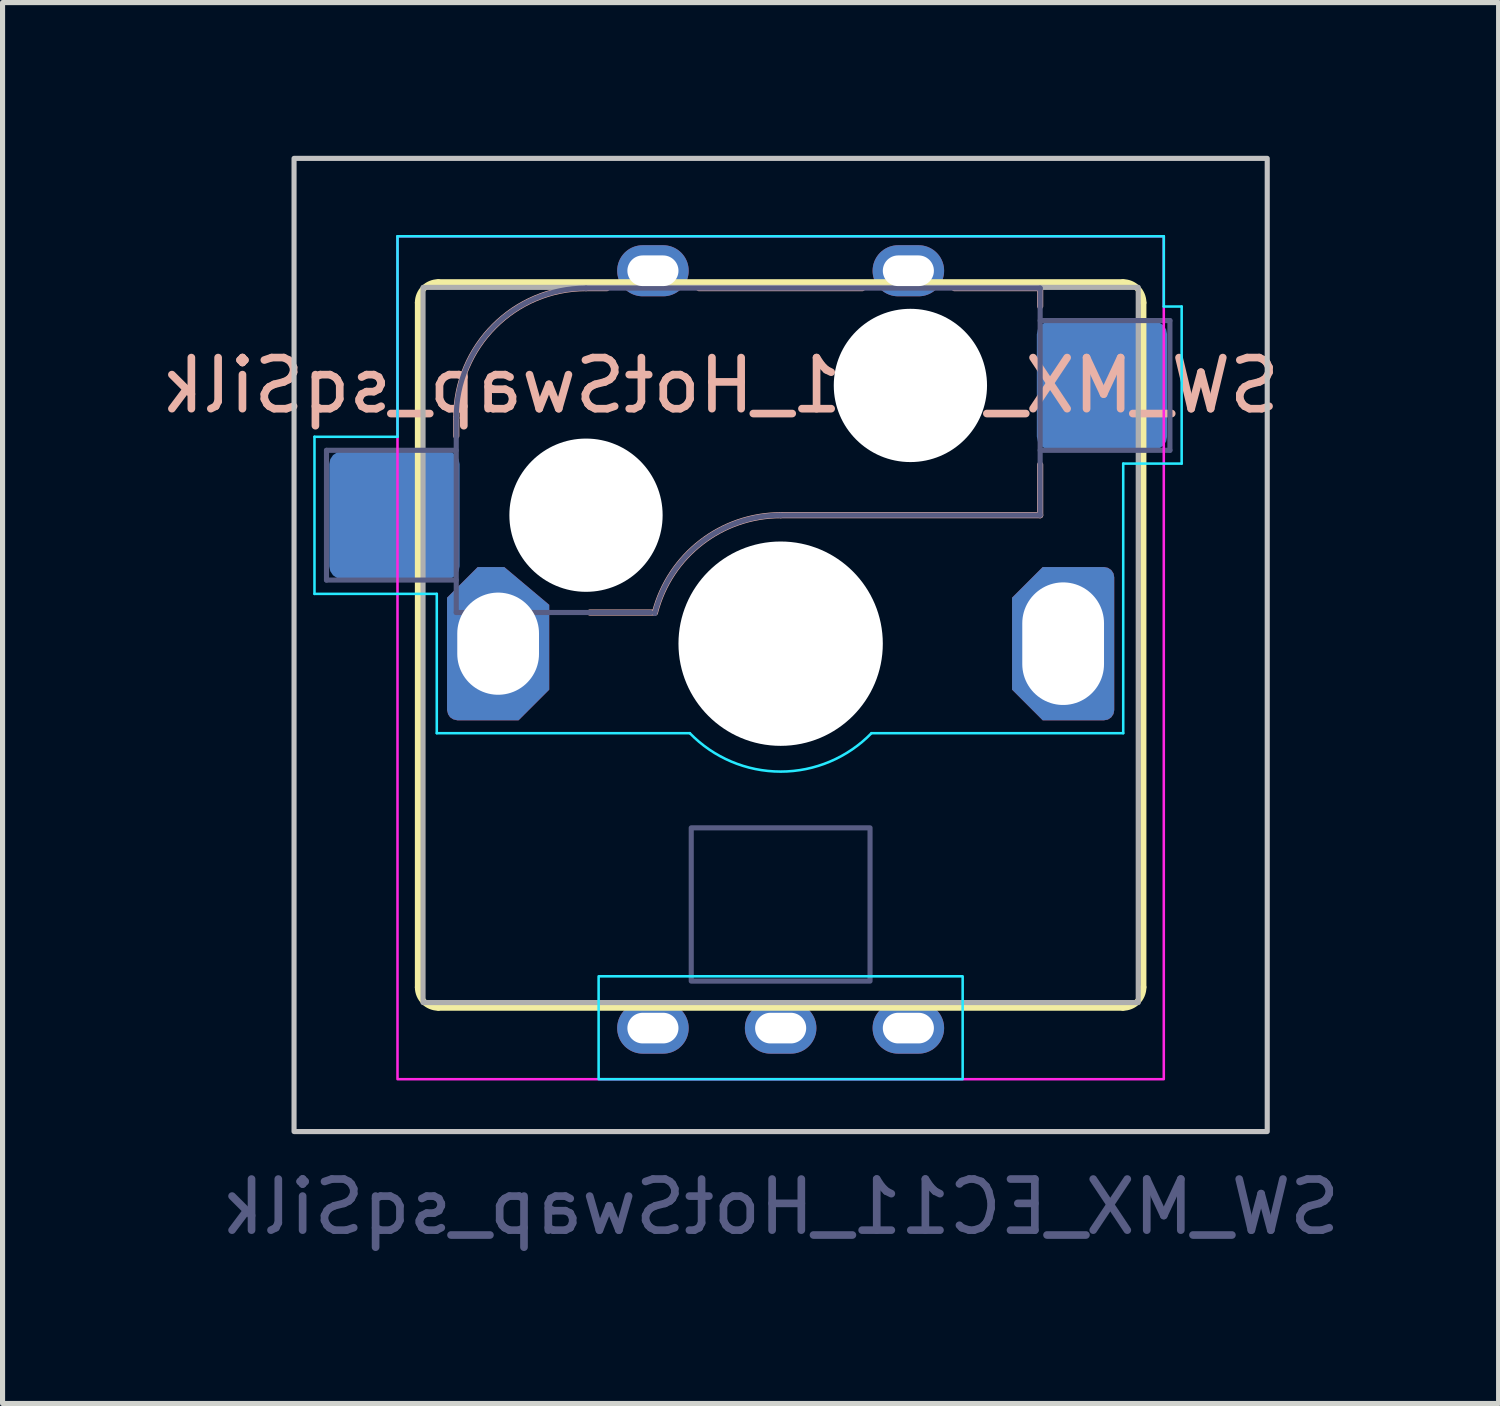
<source format=kicad_pcb>
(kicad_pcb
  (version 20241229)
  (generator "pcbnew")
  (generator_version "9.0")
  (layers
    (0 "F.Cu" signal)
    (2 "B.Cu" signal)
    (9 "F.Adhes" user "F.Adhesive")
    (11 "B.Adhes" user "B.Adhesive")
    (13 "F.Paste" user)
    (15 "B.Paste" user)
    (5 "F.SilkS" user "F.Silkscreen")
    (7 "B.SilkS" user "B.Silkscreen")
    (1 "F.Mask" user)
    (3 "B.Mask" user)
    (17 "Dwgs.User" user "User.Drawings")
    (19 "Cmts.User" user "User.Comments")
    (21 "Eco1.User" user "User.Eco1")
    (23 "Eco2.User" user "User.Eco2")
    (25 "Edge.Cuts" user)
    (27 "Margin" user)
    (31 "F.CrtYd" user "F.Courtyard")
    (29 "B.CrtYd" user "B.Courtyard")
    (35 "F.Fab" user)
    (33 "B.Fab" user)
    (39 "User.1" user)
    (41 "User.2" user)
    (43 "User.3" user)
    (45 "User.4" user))
  (footprint "SW_MX_EC11_HotSwap_sqSilk"
    (layer "F.Cu")
    (at 12.231 9.575)
    (property "Reference" "SW_MX_EC11_HotSwap_sqSilk" (at -1.178 -5.08 0) (layer "B.SilkS") (effects (font (size 1 1) (thickness 0.15)) (justify mirror)))
    (attr through_hole)
    (fp_line (start -7.1 6.7) (end -7.1 -6.7) (stroke (width 0.12) (type default)) (layer "F.SilkS"))
    (fp_line (start -6.7 -7.1) (end 6.7 -7.1) (stroke (width 0.12) (type default)) (layer "F.SilkS"))
    (fp_line (start 6.7 7.1) (end -6.7 7.1) (stroke (width 0.12) (type default)) (layer "F.SilkS"))
    (fp_line (start 7.1 -6.7) (end 7.1 6.7) (stroke (width 0.12) (type default)) (layer "F.SilkS"))
    (fp_arc (start -7.1 -6.7) (mid -6.982843 -6.982843) (end -6.7 -7.1) (stroke (width 0.12) (type default)) (layer "F.SilkS"))
    (fp_arc (start -6.7 7.1) (mid -6.982843 6.982843) (end -7.1 6.7) (stroke (width 0.12) (type default)) (layer "F.SilkS"))
    (fp_arc (start 6.7 -7.1) (mid 6.982843 -6.982843) (end 7.1 -6.7) (stroke (width 0.12) (type default)) (layer "F.SilkS"))
    (fp_arc (start 7.1 6.7) (mid 6.982843 6.982843) (end 6.7 7.1) (stroke (width 0.12) (type default)) (layer "F.SilkS"))
    (fp_line (start -6.35 -4.445) (end -6.35 -4.09) (stroke (width 0.12) (type solid)) (layer "B.SilkS"))
    (fp_line (start -3.81 -6.985) (end -3.4 -6.985) (stroke (width 0.12) (type default)) (layer "B.SilkS"))
    (fp_line (start -2.464 -0.635) (end -3.734 -0.635) (stroke (width 0.12) (type solid)) (layer "B.SilkS"))
    (fp_line (start -1.6 -6.985) (end 1.6 -6.985) (stroke (width 0.12) (type solid)) (layer "B.SilkS"))
    (fp_line (start 5.08 -6.985) (end 3.4 -6.985) (stroke (width 0.12) (type default)) (layer "B.SilkS"))
    (fp_line (start 5.08 -6.985) (end 5.08 -6.63) (stroke (width 0.12) (type solid)) (layer "B.SilkS"))
    (fp_line (start 5.08 -2.54) (end -0.000001 -2.54) (stroke (width 0.12) (type solid)) (layer "B.SilkS"))
    (fp_line (start 5.08 -2.54) (end 5.08 -3.53) (stroke (width 0.12) (type default)) (layer "B.SilkS"))
    (fp_arc (start -6.350001 -4.445002) (mid -5.606052 -6.241053) (end -3.810001 -6.985002) (stroke (width 0.12) (type solid)) (layer "B.SilkS"))
    (fp_arc (start -2.459646 -0.633838) (mid -1.555902 -2.00768) (end -0.000001 -2.540002) (stroke (width 0.12) (type default)) (layer "B.SilkS"))
    (fp_rect (start -9.525 -9.525) (end 9.525 9.525) (stroke (width 0.1) (type default)) (fill no) (layer "Dwgs.User"))
    (fp_line (start -9.125 -4.075) (end -7.5 -4.075) (stroke (width 0.05) (type default)) (layer "B.CrtYd"))
    (fp_line (start -9.125 -1) (end -9.125 -4.075) (stroke (width 0.05) (type default)) (layer "B.CrtYd"))
    (fp_line (start -7.5 -8) (end -7.5 -4.075) (stroke (width 0.05) (type default)) (layer "B.CrtYd"))
    (fp_line (start -6.731 -1) (end -9.125 -1) (stroke (width 0.05) (type default)) (layer "B.CrtYd"))
    (fp_line (start -6.731 1.727) (end -6.731 -1) (stroke (width 0.05) (type default)) (layer "B.CrtYd"))
    (fp_line (start -1.778 1.727) (end -6.731 1.727) (stroke (width 0.05) (type default)) (layer "B.CrtYd"))
    (fp_line (start 6.706 -3.55) (end 7.85 -3.55) (stroke (width 0.05) (type default)) (layer "B.CrtYd"))
    (fp_line (start 6.706 1.727) (end 1.778 1.727) (stroke (width 0.05) (type default)) (layer "B.CrtYd"))
    (fp_line (start 6.706 1.727) (end 6.706 -3.55) (stroke (width 0.05) (type default)) (layer "B.CrtYd"))
    (fp_line (start 7.5 -8) (end -7.5 -8) (stroke (width 0.05) (type default)) (layer "B.CrtYd"))
    (fp_line (start 7.5 -8) (end 7.5 -6.625) (stroke (width 0.05) (type default)) (layer "B.CrtYd"))
    (fp_line (start 7.85 -6.625) (end 7.5 -6.625) (stroke (width 0.05) (type default)) (layer "B.CrtYd"))
    (fp_line (start 7.85 -3.55) (end 7.85 -6.625) (stroke (width 0.05) (type default)) (layer "B.CrtYd"))
    (fp_rect (start -3.563 6.486) (end 3.563 8.5) (stroke (width 0.05) (type default)) (fill no) (layer "B.CrtYd"))
    (fp_arc (start 1.778 1.727199) (mid 0 2.47881) (end -1.778 1.727201) (stroke (width 0.05) (type default)) (layer "B.CrtYd"))
    (fp_rect (start -7.5 -8) (end 7.5 8.5) (stroke (width 0.05) (type default)) (fill no) (layer "F.CrtYd"))
    (fp_line (start -8.89 -3.81) (end -6.35 -3.81) (stroke (width 0.1) (type solid)) (layer "B.Fab"))
    (fp_line (start -8.89 -1.27) (end -8.89 -3.81) (stroke (width 0.1) (type solid)) (layer "B.Fab"))
    (fp_line (start -6.35 -1.27) (end -8.89 -1.27) (stroke (width 0.1) (type solid)) (layer "B.Fab"))
    (fp_line (start -6.35 -0.635) (end -6.35 -4.445) (stroke (width 0.1) (type solid)) (layer "B.Fab"))
    (fp_line (start -6.35 -0.635) (end -2.54 -0.635) (stroke (width 0.1) (type solid)) (layer "B.Fab"))
    (fp_line (start -3.81 -6.985) (end 5.08 -6.985) (stroke (width 0.1) (type solid)) (layer "B.Fab"))
    (fp_line (start 5.08 -6.985) (end 5.08 -2.54) (stroke (width 0.1) (type solid)) (layer "B.Fab"))
    (fp_line (start 5.08 -6.35) (end 7.62 -6.35) (stroke (width 0.1) (type solid)) (layer "B.Fab"))
    (fp_line (start 5.08 -2.54) (end -0.000001 -2.54) (stroke (width 0.1) (type solid)) (layer "B.Fab"))
    (fp_line (start 7.62 -6.35) (end 7.62 -3.81) (stroke (width 0.1) (type solid)) (layer "B.Fab"))
    (fp_line (start 7.62 -3.81) (end 5.08 -3.81) (stroke (width 0.1) (type solid)) (layer "B.Fab"))
    (fp_rect (start -1.75 3.58) (end 1.75 6.58) (stroke (width 0.1) (type default)) (fill no) (layer "B.Fab"))
    (fp_arc (start -6.350001 -4.445002) (mid -5.606052 -6.241053) (end -3.810001 -6.985002) (stroke (width 0.1) (type solid)) (layer "B.Fab"))
    (fp_arc (start -2.464163 -0.616042) (mid -1.563148 -2.002044) (end -0.000001 -2.540002) (stroke (width 0.1) (type solid)) (layer "B.Fab"))
    (fp_rect (start -7 -7) (end 7 7) (stroke (width 0.1) (type default)) (fill no) (layer "F.Fab"))
    (fp_text user "${REFERENCE}" (at 0 11 0) (layer "B.Fab") (effects (font (size 1 1) (thickness 0.15)) (justify mirror)))
    (pad "" np_thru_hole circle (at -3.81 -2.54 180) (size 3 3) (drill 3) (layers "*.Cu" "*.Mask"))
    (pad "" np_thru_hole circle (at 0 -0.025 180) (size 4 4) (drill 4) (layers "*.Cu" "*.Mask"))
    (pad "" np_thru_hole circle (at 2.54 -5.08 180) (size 3 3) (drill 3) (layers "*.Cu" "*.Mask"))
    (pad "A" thru_hole oval (at -2.5 7.5) (size 1.4 1) (drill oval 1 0.6) (layers "*.Cu" "*.Mask"))
    (pad "B" thru_hole oval (at 2.5 7.5) (size 1.4 1) (drill oval 1 0.6) (layers "*.Cu" "*.Mask"))
    (pad "C" thru_hole oval (at 0 7.5) (size 1.4 1) (drill oval 1 0.6) (layers "*.Cu" "*.Mask"))
    (pad "MP" thru_hole custom (at -5.53 -0.025) (size 2 2) (drill oval 1.6 2.4) (layers "*.Cu" "*.Mask") (options (anchor circle)) (primitives (gr_poly (pts (xy 1 -0.76) (xy 0.12 -1.5) (xy -0.4 -1.5) (xy -1 -0.9) (xy -1 1.3) (xy -0.98 1.38) (xy -0.94 1.44) (xy -0.88 1.48) (xy -0.8 1.5) (xy 0.4 1.5) (xy 1 0.9)) (width 0) (fill yes))))
    (pad "MP" thru_hole roundrect (at 5.53 -0.025 180) (size 2 3) (drill oval 1.6 2.4) (layers "*.Cu" "*.Mask") (roundrect_rratio 0.1) (chamfer_ratio 0.3) (chamfer top_right bottom_right))
    (pad "S1" smd roundrect (at -7.56 -2.54 180) (size 2.55 2.5) (layers "B.Cu" "B.Mask" "B.Paste") (roundrect_rratio 0.1))
    (pad "S1" thru_hole oval (at -2.5 -7.325) (size 1.4 1) (drill oval 1 0.6) (layers "*.Cu" "*.Mask"))
    (pad "S2" thru_hole oval (at 2.5 -7.325) (size 1.4 1) (drill oval 1 0.6) (layers "*.Cu" "*.Mask"))
    (pad "S2" smd roundrect (at 6.29 -5.08 180) (size 2.55 2.5) (layers "B.Cu" "B.Mask" "B.Paste") (roundrect_rratio 0.1)))
  (gr_rect
    (start -3 -3)
    (end 26.285 24.423)
    (stroke (width 0.1) (type default))
    (fill no)
    (layer "Edge.Cuts")))
</source>
